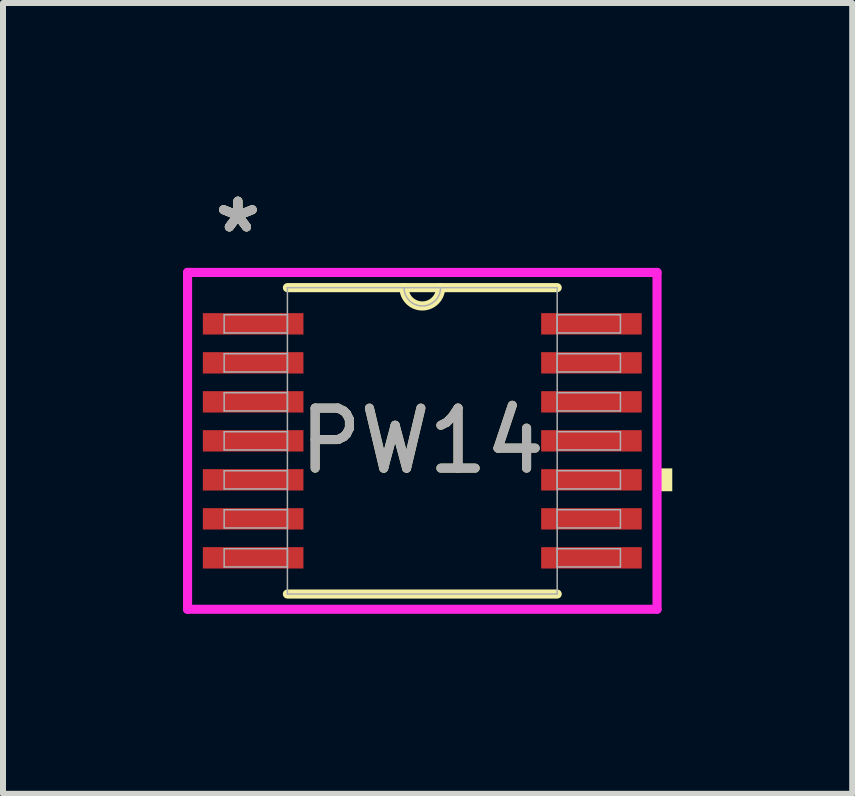
<source format=kicad_pcb>
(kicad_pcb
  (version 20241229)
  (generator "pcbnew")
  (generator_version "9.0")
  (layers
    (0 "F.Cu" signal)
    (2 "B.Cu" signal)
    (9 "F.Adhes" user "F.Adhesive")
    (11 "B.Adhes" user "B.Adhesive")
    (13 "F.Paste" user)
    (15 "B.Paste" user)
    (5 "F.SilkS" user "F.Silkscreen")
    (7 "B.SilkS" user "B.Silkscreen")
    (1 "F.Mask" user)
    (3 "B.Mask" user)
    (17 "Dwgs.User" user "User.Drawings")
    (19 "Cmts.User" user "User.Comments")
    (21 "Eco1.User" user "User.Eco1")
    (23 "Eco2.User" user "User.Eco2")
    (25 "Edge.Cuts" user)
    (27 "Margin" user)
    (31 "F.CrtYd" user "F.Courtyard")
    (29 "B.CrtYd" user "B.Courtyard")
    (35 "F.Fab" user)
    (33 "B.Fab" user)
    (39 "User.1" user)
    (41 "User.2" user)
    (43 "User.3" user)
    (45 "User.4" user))
  (footprint "PW14"
    (layer "F.Cu")
    (at 3.988 4.297)
    (property "Reference" "PW14" (at 0 0 0) (unlocked yes) (layer "F.SilkS") (effects (font (size 1 1) (thickness 0.15))))
    (attr smd)
    (fp_line (start -2.248 2.553) (end 2.248 2.553) (stroke (width 0.152) (type solid)) (layer "F.SilkS"))
    (fp_line (start 2.248 -2.553) (end -2.248 -2.553) (stroke (width 0.152) (type solid)) (layer "F.SilkS"))
    (fp_arc (start 0.3048 -2.5527) (mid 0 -2.2479) (end -0.3048 -2.5527) (stroke (width 0.1524) (type solid)) (layer "F.SilkS"))
    (fp_poly (pts (xy 4.166 0.459) (xy 4.166 0.84) (xy 3.912 0.84) (xy 3.912 0.459)) (stroke (width 0) (type solid)) (fill yes) (layer "F.SilkS"))
    (fp_line (start -3.912 -2.807) (end 3.912 -2.807) (stroke (width 0.152) (type solid)) (layer "F.CrtYd"))
    (fp_line (start -3.912 2.807) (end -3.912 -2.807) (stroke (width 0.152) (type solid)) (layer "F.CrtYd"))
    (fp_line (start 3.912 -2.807) (end 3.912 2.807) (stroke (width 0.152) (type solid)) (layer "F.CrtYd"))
    (fp_line (start 3.912 2.807) (end -3.912 2.807) (stroke (width 0.152) (type solid)) (layer "F.CrtYd"))
    (fp_line (start -3.302 -2.102) (end -3.302 -1.798) (stroke (width 0.025) (type solid)) (layer "F.Fab"))
    (fp_line (start -3.302 -1.798) (end -2.248 -1.798) (stroke (width 0.025) (type solid)) (layer "F.Fab"))
    (fp_line (start -3.302 -1.452) (end -3.302 -1.148) (stroke (width 0.025) (type solid)) (layer "F.Fab"))
    (fp_line (start -3.302 -1.148) (end -2.248 -1.148) (stroke (width 0.025) (type solid)) (layer "F.Fab"))
    (fp_line (start -3.302 -0.802) (end -3.302 -0.498) (stroke (width 0.025) (type solid)) (layer "F.Fab"))
    (fp_line (start -3.302 -0.498) (end -2.248 -0.498) (stroke (width 0.025) (type solid)) (layer "F.Fab"))
    (fp_line (start -3.302 -0.152) (end -3.302 0.152) (stroke (width 0.025) (type solid)) (layer "F.Fab"))
    (fp_line (start -3.302 0.152) (end -2.248 0.152) (stroke (width 0.025) (type solid)) (layer "F.Fab"))
    (fp_line (start -3.302 0.498) (end -3.302 0.802) (stroke (width 0.025) (type solid)) (layer "F.Fab"))
    (fp_line (start -3.302 0.802) (end -2.248 0.802) (stroke (width 0.025) (type solid)) (layer "F.Fab"))
    (fp_line (start -3.302 1.148) (end -3.302 1.452) (stroke (width 0.025) (type solid)) (layer "F.Fab"))
    (fp_line (start -3.302 1.452) (end -2.248 1.452) (stroke (width 0.025) (type solid)) (layer "F.Fab"))
    (fp_line (start -3.302 1.798) (end -3.302 2.102) (stroke (width 0.025) (type solid)) (layer "F.Fab"))
    (fp_line (start -3.302 2.102) (end -2.248 2.102) (stroke (width 0.025) (type solid)) (layer "F.Fab"))
    (fp_line (start -2.248 -2.553) (end -2.248 2.553) (stroke (width 0.025) (type solid)) (layer "F.Fab"))
    (fp_line (start -2.248 -2.102) (end -3.302 -2.102) (stroke (width 0.025) (type solid)) (layer "F.Fab"))
    (fp_line (start -2.248 -1.798) (end -2.248 -2.102) (stroke (width 0.025) (type solid)) (layer "F.Fab"))
    (fp_line (start -2.248 -1.452) (end -3.302 -1.452) (stroke (width 0.025) (type solid)) (layer "F.Fab"))
    (fp_line (start -2.248 -1.148) (end -2.248 -1.452) (stroke (width 0.025) (type solid)) (layer "F.Fab"))
    (fp_line (start -2.248 -0.802) (end -3.302 -0.802) (stroke (width 0.025) (type solid)) (layer "F.Fab"))
    (fp_line (start -2.248 -0.498) (end -2.248 -0.802) (stroke (width 0.025) (type solid)) (layer "F.Fab"))
    (fp_line (start -2.248 -0.152) (end -3.302 -0.152) (stroke (width 0.025) (type solid)) (layer "F.Fab"))
    (fp_line (start -2.248 0.152) (end -2.248 -0.152) (stroke (width 0.025) (type solid)) (layer "F.Fab"))
    (fp_line (start -2.248 0.498) (end -3.302 0.498) (stroke (width 0.025) (type solid)) (layer "F.Fab"))
    (fp_line (start -2.248 0.802) (end -2.248 0.498) (stroke (width 0.025) (type solid)) (layer "F.Fab"))
    (fp_line (start -2.248 1.148) (end -3.302 1.148) (stroke (width 0.025) (type solid)) (layer "F.Fab"))
    (fp_line (start -2.248 1.452) (end -2.248 1.148) (stroke (width 0.025) (type solid)) (layer "F.Fab"))
    (fp_line (start -2.248 1.798) (end -3.302 1.798) (stroke (width 0.025) (type solid)) (layer "F.Fab"))
    (fp_line (start -2.248 2.102) (end -2.248 1.798) (stroke (width 0.025) (type solid)) (layer "F.Fab"))
    (fp_line (start -2.248 2.553) (end 2.248 2.553) (stroke (width 0.025) (type solid)) (layer "F.Fab"))
    (fp_line (start 2.248 -2.553) (end -2.248 -2.553) (stroke (width 0.025) (type solid)) (layer "F.Fab"))
    (fp_line (start 2.248 -2.102) (end 2.248 -1.798) (stroke (width 0.025) (type solid)) (layer "F.Fab"))
    (fp_line (start 2.248 -1.798) (end 3.302 -1.798) (stroke (width 0.025) (type solid)) (layer "F.Fab"))
    (fp_line (start 2.248 -1.452) (end 2.248 -1.148) (stroke (width 0.025) (type solid)) (layer "F.Fab"))
    (fp_line (start 2.248 -1.148) (end 3.302 -1.148) (stroke (width 0.025) (type solid)) (layer "F.Fab"))
    (fp_line (start 2.248 -0.802) (end 2.248 -0.498) (stroke (width 0.025) (type solid)) (layer "F.Fab"))
    (fp_line (start 2.248 -0.498) (end 3.302 -0.498) (stroke (width 0.025) (type solid)) (layer "F.Fab"))
    (fp_line (start 2.248 -0.152) (end 2.248 0.152) (stroke (width 0.025) (type solid)) (layer "F.Fab"))
    (fp_line (start 2.248 0.152) (end 3.302 0.152) (stroke (width 0.025) (type solid)) (layer "F.Fab"))
    (fp_line (start 2.248 0.498) (end 2.248 0.802) (stroke (width 0.025) (type solid)) (layer "F.Fab"))
    (fp_line (start 2.248 0.802) (end 3.302 0.802) (stroke (width 0.025) (type solid)) (layer "F.Fab"))
    (fp_line (start 2.248 1.148) (end 2.248 1.452) (stroke (width 0.025) (type solid)) (layer "F.Fab"))
    (fp_line (start 2.248 1.452) (end 3.302 1.452) (stroke (width 0.025) (type solid)) (layer "F.Fab"))
    (fp_line (start 2.248 1.798) (end 2.248 2.102) (stroke (width 0.025) (type solid)) (layer "F.Fab"))
    (fp_line (start 2.248 2.102) (end 3.302 2.102) (stroke (width 0.025) (type solid)) (layer "F.Fab"))
    (fp_line (start 2.248 2.553) (end 2.248 -2.553) (stroke (width 0.025) (type solid)) (layer "F.Fab"))
    (fp_line (start 3.302 -2.102) (end 2.248 -2.102) (stroke (width 0.025) (type solid)) (layer "F.Fab"))
    (fp_line (start 3.302 -1.798) (end 3.302 -2.102) (stroke (width 0.025) (type solid)) (layer "F.Fab"))
    (fp_line (start 3.302 -1.452) (end 2.248 -1.452) (stroke (width 0.025) (type solid)) (layer "F.Fab"))
    (fp_line (start 3.302 -1.148) (end 3.302 -1.452) (stroke (width 0.025) (type solid)) (layer "F.Fab"))
    (fp_line (start 3.302 -0.802) (end 2.248 -0.802) (stroke (width 0.025) (type solid)) (layer "F.Fab"))
    (fp_line (start 3.302 -0.498) (end 3.302 -0.802) (stroke (width 0.025) (type solid)) (layer "F.Fab"))
    (fp_line (start 3.302 -0.152) (end 2.248 -0.152) (stroke (width 0.025) (type solid)) (layer "F.Fab"))
    (fp_line (start 3.302 0.152) (end 3.302 -0.152) (stroke (width 0.025) (type solid)) (layer "F.Fab"))
    (fp_line (start 3.302 0.498) (end 2.248 0.498) (stroke (width 0.025) (type solid)) (layer "F.Fab"))
    (fp_line (start 3.302 0.802) (end 3.302 0.498) (stroke (width 0.025) (type solid)) (layer "F.Fab"))
    (fp_line (start 3.302 1.148) (end 2.248 1.148) (stroke (width 0.025) (type solid)) (layer "F.Fab"))
    (fp_line (start 3.302 1.452) (end 3.302 1.148) (stroke (width 0.025) (type solid)) (layer "F.Fab"))
    (fp_line (start 3.302 1.798) (end 2.248 1.798) (stroke (width 0.025) (type solid)) (layer "F.Fab"))
    (fp_line (start 3.302 2.102) (end 3.302 1.798) (stroke (width 0.025) (type solid)) (layer "F.Fab"))
    (fp_arc (start 0.3048 -2.5527) (mid 0 -2.2479) (end -0.3048 -2.5527) (stroke (width 0.0254) (type solid)) (layer "F.Fab"))
    (fp_text user "*" (at -3.073 -3.449 0) (layer "F.SilkS") (effects (font (size 1 1) (thickness 0.15))))
    (fp_text user "*" (at -3.073 -3.449 0) (unlocked yes) (layer "F.SilkS") (effects (font (size 1 1) (thickness 0.15))))
    (fp_text user "*" (at -3.073 -3.449 0) (layer "F.Fab") (effects (font (size 1 1) (thickness 0.15))))
    (fp_text user "${REFERENCE}" (at 0 0 0) (unlocked yes) (layer "F.Fab") (effects (font (size 1 1) (thickness 0.15))))
    (fp_text user "*" (at -3.073 -3.449 0) (unlocked yes) (layer "F.Fab") (effects (font (size 1 1) (thickness 0.15))))
    (pad "1" smd rect (at -2.819 -1.95) (size 1.676 0.356) (layers "F.Cu" "F.Mask" "F.Paste"))
    (pad "2" smd rect (at -2.819 -1.3) (size 1.676 0.356) (layers "F.Cu" "F.Mask" "F.Paste"))
    (pad "3" smd rect (at -2.819 -0.65) (size 1.676 0.356) (layers "F.Cu" "F.Mask" "F.Paste"))
    (pad "4" smd rect (at -2.819 0) (size 1.676 0.356) (layers "F.Cu" "F.Mask" "F.Paste"))
    (pad "5" smd rect (at -2.819 0.65) (size 1.676 0.356) (layers "F.Cu" "F.Mask" "F.Paste"))
    (pad "6" smd rect (at -2.819 1.3) (size 1.676 0.356) (layers "F.Cu" "F.Mask" "F.Paste"))
    (pad "7" smd rect (at -2.819 1.95) (size 1.676 0.356) (layers "F.Cu" "F.Mask" "F.Paste"))
    (pad "8" smd rect (at 2.819 1.95) (size 1.676 0.356) (layers "F.Cu" "F.Mask" "F.Paste"))
    (pad "9" smd rect (at 2.819 1.3) (size 1.676 0.356) (layers "F.Cu" "F.Mask" "F.Paste"))
    (pad "10" smd rect (at 2.819 0.65) (size 1.676 0.356) (layers "F.Cu" "F.Mask" "F.Paste"))
    (pad "11" smd rect (at 2.819 0) (size 1.676 0.356) (layers "F.Cu" "F.Mask" "F.Paste"))
    (pad "12" smd rect (at 2.819 -0.65) (size 1.676 0.356) (layers "F.Cu" "F.Mask" "F.Paste"))
    (pad "13" smd rect (at 2.819 -1.3) (size 1.676 0.356) (layers "F.Cu" "F.Mask" "F.Paste"))
    (pad "14" smd rect (at 2.819 -1.95) (size 1.676 0.356) (layers "F.Cu" "F.Mask" "F.Paste")))
  (gr_rect
    (start -3 -3)
    (end 11.153 10.18)
    (stroke (width 0.1) (type default))
    (fill no)
    (layer "Edge.Cuts")))
</source>
